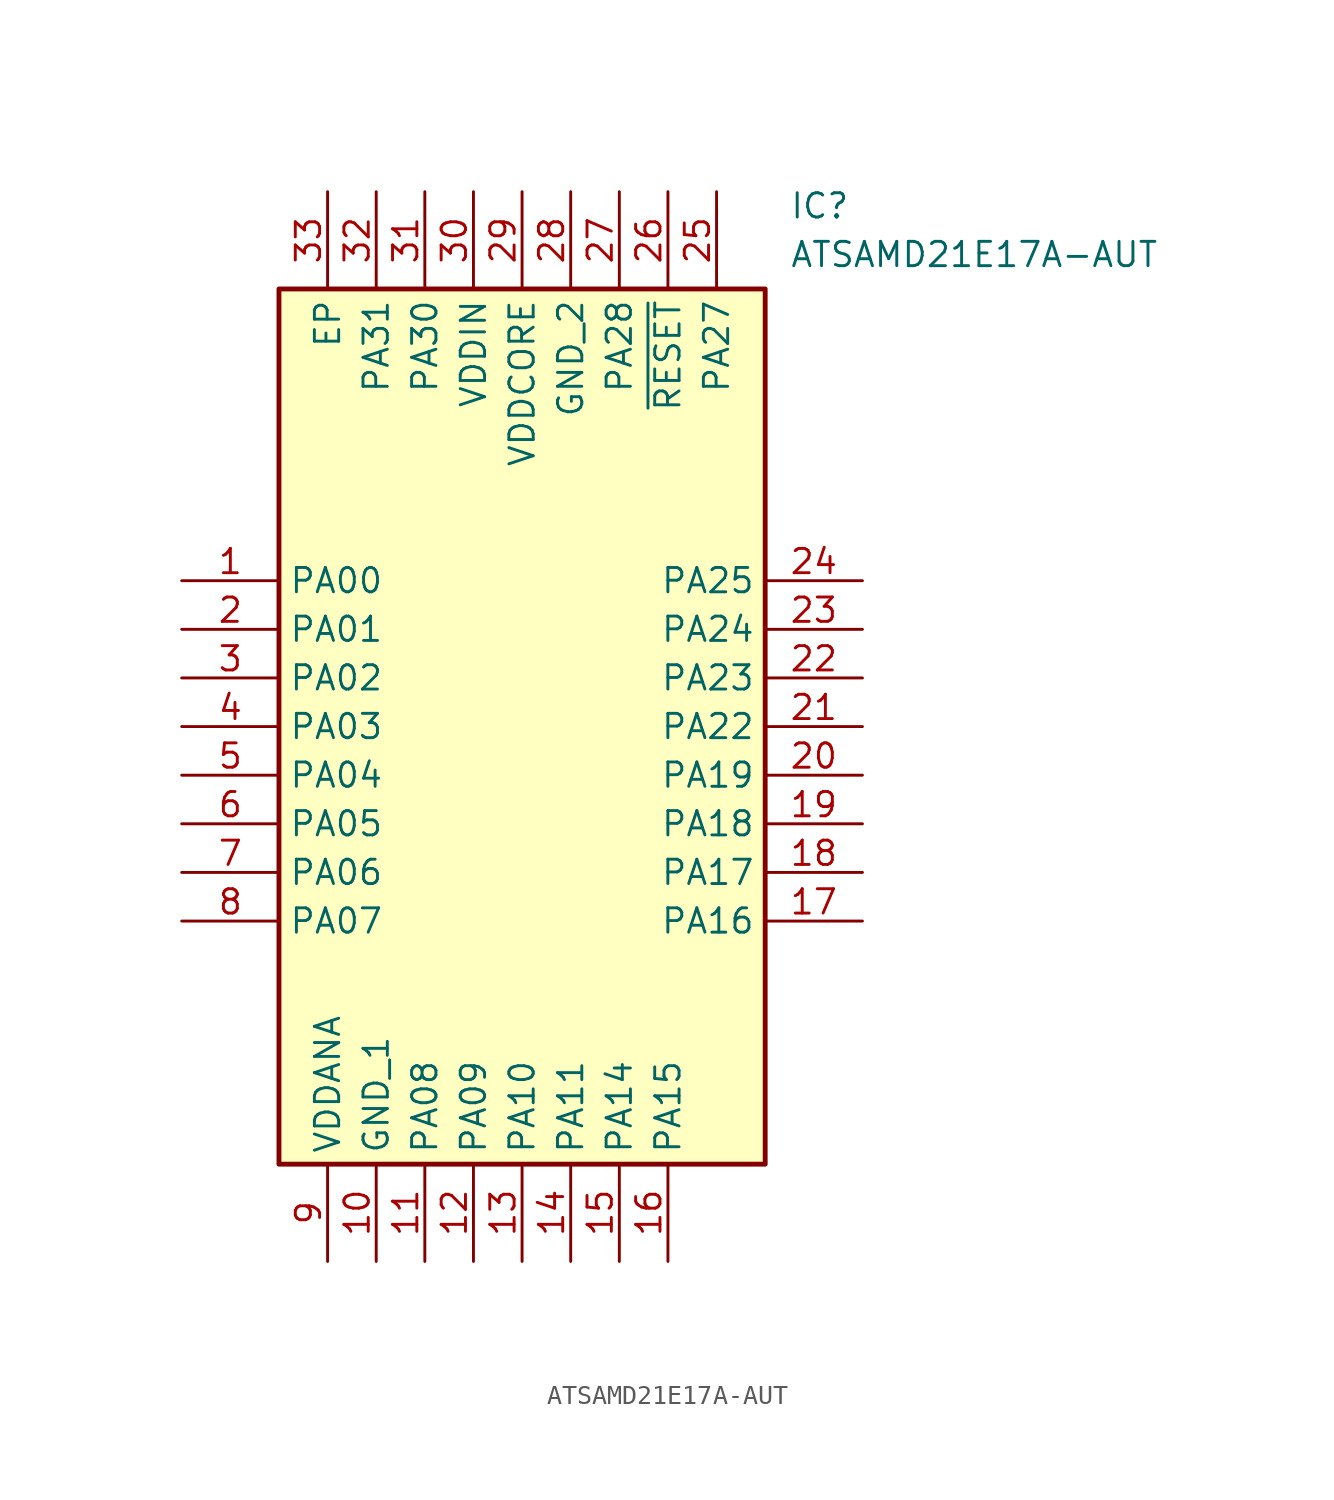
<source format=kicad_sym>
(kicad_symbol_lib
  (version 20211014)
  (generator SamacSys_ECAD_Model)
  (symbol "ATSAMD21E17A-AUT"
    (property "Reference" "IC"
      (at 31.75 20.32 0)
      (effects (font (size 1.27 1.27)) (justify left top)))
    (property "Value" "ATSAMD21E17A-AUT"
      (at 31.75 17.78 0)
      (effects (font (size 1.27 1.27)) (justify left top)))
    (rectangle
      (start 5.08 15.24)
      (end 30.48 -30.48)
      (stroke (width 0.254) (type default))
      (fill (type background)))
    (pin passive line
      (at 0 0 0)
      (length 5.08)
      (name "PA00" (effects (font (size 1.27 1.27))))
      (number "1" (effects (font (size 1.27 1.27)))))
    (pin passive line
      (at 0 -2.54 0)
      (length 5.08)
      (name "PA01" (effects (font (size 1.27 1.27))))
      (number "2" (effects (font (size 1.27 1.27)))))
    (pin passive line
      (at 0 -5.08 0)
      (length 5.08)
      (name "PA02" (effects (font (size 1.27 1.27))))
      (number "3" (effects (font (size 1.27 1.27)))))
    (pin passive line
      (at 0 -7.62 0)
      (length 5.08)
      (name "PA03" (effects (font (size 1.27 1.27))))
      (number "4" (effects (font (size 1.27 1.27)))))
    (pin passive line
      (at 0 -10.16 0)
      (length 5.08)
      (name "PA04" (effects (font (size 1.27 1.27))))
      (number "5" (effects (font (size 1.27 1.27)))))
    (pin passive line
      (at 0 -12.7 0)
      (length 5.08)
      (name "PA05" (effects (font (size 1.27 1.27))))
      (number "6" (effects (font (size 1.27 1.27)))))
    (pin passive line
      (at 0 -15.24 0)
      (length 5.08)
      (name "PA06" (effects (font (size 1.27 1.27))))
      (number "7" (effects (font (size 1.27 1.27)))))
    (pin passive line
      (at 0 -17.78 0)
      (length 5.08)
      (name "PA07" (effects (font (size 1.27 1.27))))
      (number "8" (effects (font (size 1.27 1.27)))))
    (pin passive line
      (at 7.62 -35.56 90)
      (length 5.08)
      (name "VDDANA" (effects (font (size 1.27 1.27))))
      (number "9" (effects (font (size 1.27 1.27)))))
    (pin passive line
      (at 10.16 -35.56 90)
      (length 5.08)
      (name "GND_1" (effects (font (size 1.27 1.27))))
      (number "10" (effects (font (size 1.27 1.27)))))
    (pin passive line
      (at 12.7 -35.56 90)
      (length 5.08)
      (name "PA08" (effects (font (size 1.27 1.27))))
      (number "11" (effects (font (size 1.27 1.27)))))
    (pin passive line
      (at 15.24 -35.56 90)
      (length 5.08)
      (name "PA09" (effects (font (size 1.27 1.27))))
      (number "12" (effects (font (size 1.27 1.27)))))
    (pin passive line
      (at 17.78 -35.56 90)
      (length 5.08)
      (name "PA10" (effects (font (size 1.27 1.27))))
      (number "13" (effects (font (size 1.27 1.27)))))
    (pin passive line
      (at 20.32 -35.56 90)
      (length 5.08)
      (name "PA11" (effects (font (size 1.27 1.27))))
      (number "14" (effects (font (size 1.27 1.27)))))
    (pin passive line
      (at 22.86 -35.56 90)
      (length 5.08)
      (name "PA14" (effects (font (size 1.27 1.27))))
      (number "15" (effects (font (size 1.27 1.27)))))
    (pin passive line
      (at 25.4 -35.56 90)
      (length 5.08)
      (name "PA15" (effects (font (size 1.27 1.27))))
      (number "16" (effects (font (size 1.27 1.27)))))
    (pin passive line
      (at 35.56 0 180)
      (length 5.08)
      (name "PA25" (effects (font (size 1.27 1.27))))
      (number "24" (effects (font (size 1.27 1.27)))))
    (pin passive line
      (at 35.56 -2.54 180)
      (length 5.08)
      (name "PA24" (effects (font (size 1.27 1.27))))
      (number "23" (effects (font (size 1.27 1.27)))))
    (pin passive line
      (at 35.56 -5.08 180)
      (length 5.08)
      (name "PA23" (effects (font (size 1.27 1.27))))
      (number "22" (effects (font (size 1.27 1.27)))))
    (pin passive line
      (at 35.56 -7.62 180)
      (length 5.08)
      (name "PA22" (effects (font (size 1.27 1.27))))
      (number "21" (effects (font (size 1.27 1.27)))))
    (pin passive line
      (at 35.56 -10.16 180)
      (length 5.08)
      (name "PA19" (effects (font (size 1.27 1.27))))
      (number "20" (effects (font (size 1.27 1.27)))))
    (pin passive line
      (at 35.56 -12.7 180)
      (length 5.08)
      (name "PA18" (effects (font (size 1.27 1.27))))
      (number "19" (effects (font (size 1.27 1.27)))))
    (pin passive line
      (at 35.56 -15.24 180)
      (length 5.08)
      (name "PA17" (effects (font (size 1.27 1.27))))
      (number "18" (effects (font (size 1.27 1.27)))))
    (pin passive line
      (at 35.56 -17.78 180)
      (length 5.08)
      (name "PA16" (effects (font (size 1.27 1.27))))
      (number "17" (effects (font (size 1.27 1.27)))))
    (pin passive line
      (at 7.62 20.32 270)
      (length 5.08)
      (name "EP" (effects (font (size 1.27 1.27))))
      (number "33" (effects (font (size 1.27 1.27)))))
    (pin passive line
      (at 10.16 20.32 270)
      (length 5.08)
      (name "PA31" (effects (font (size 1.27 1.27))))
      (number "32" (effects (font (size 1.27 1.27)))))
    (pin passive line
      (at 12.7 20.32 270)
      (length 5.08)
      (name "PA30" (effects (font (size 1.27 1.27))))
      (number "31" (effects (font (size 1.27 1.27)))))
    (pin passive line
      (at 15.24 20.32 270)
      (length 5.08)
      (name "VDDIN" (effects (font (size 1.27 1.27))))
      (number "30" (effects (font (size 1.27 1.27)))))
    (pin passive line
      (at 17.78 20.32 270)
      (length 5.08)
      (name "VDDCORE" (effects (font (size 1.27 1.27))))
      (number "29" (effects (font (size 1.27 1.27)))))
    (pin passive line
      (at 20.32 20.32 270)
      (length 5.08)
      (name "GND_2" (effects (font (size 1.27 1.27))))
      (number "28" (effects (font (size 1.27 1.27)))))
    (pin passive line
      (at 22.86 20.32 270)
      (length 5.08)
      (name "PA28" (effects (font (size 1.27 1.27))))
      (number "27" (effects (font (size 1.27 1.27)))))
    (pin passive line
      (at 25.4 20.32 270)
      (length 5.08)
      (name "~{RESET}" (effects (font (size 1.27 1.27))))
      (number "26" (effects (font (size 1.27 1.27)))))
    (pin passive line
      (at 27.94 20.32 270)
      (length 5.08)
      (name "PA27" (effects (font (size 1.27 1.27))))
      (number "25" (effects (font (size 1.27 1.27)))))))
</source>
